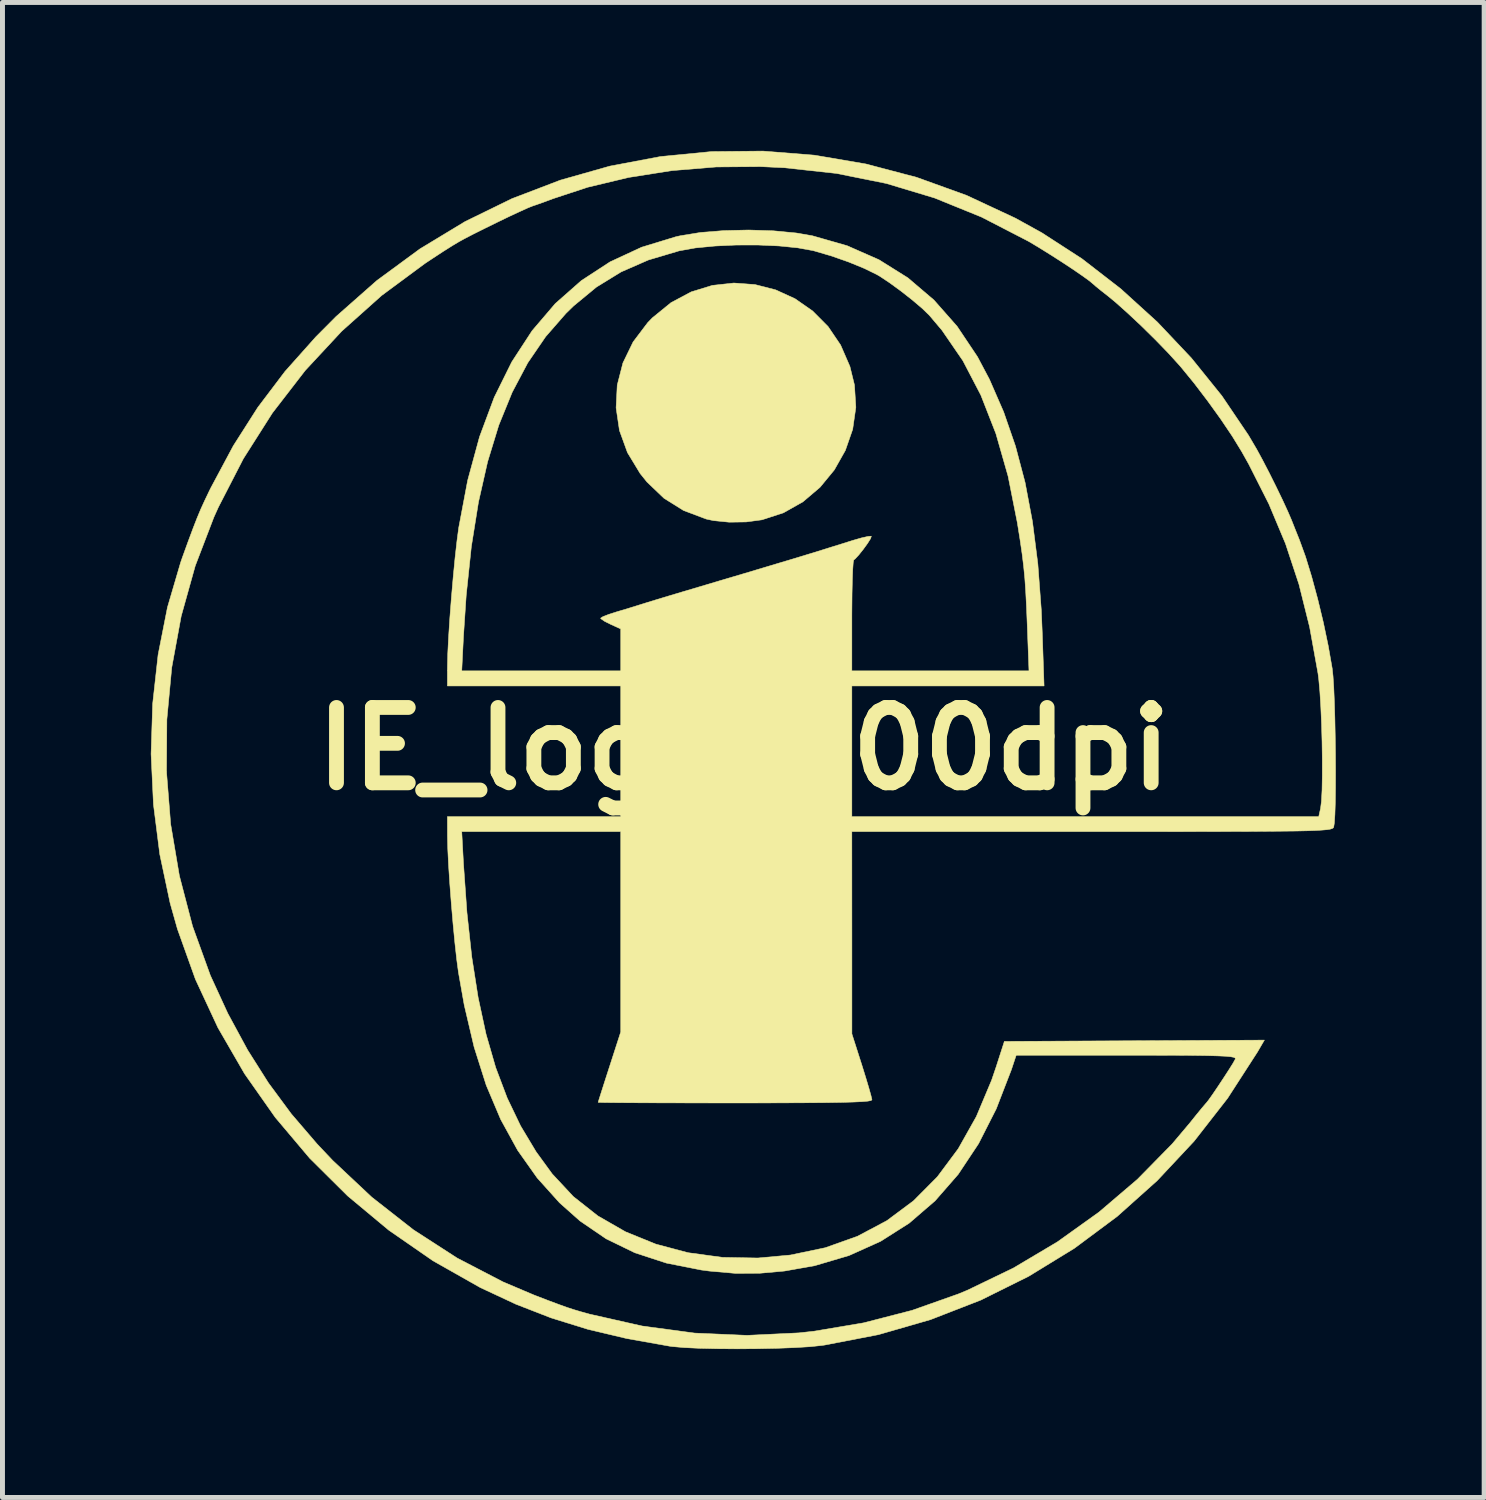
<source format=kicad_pcb>
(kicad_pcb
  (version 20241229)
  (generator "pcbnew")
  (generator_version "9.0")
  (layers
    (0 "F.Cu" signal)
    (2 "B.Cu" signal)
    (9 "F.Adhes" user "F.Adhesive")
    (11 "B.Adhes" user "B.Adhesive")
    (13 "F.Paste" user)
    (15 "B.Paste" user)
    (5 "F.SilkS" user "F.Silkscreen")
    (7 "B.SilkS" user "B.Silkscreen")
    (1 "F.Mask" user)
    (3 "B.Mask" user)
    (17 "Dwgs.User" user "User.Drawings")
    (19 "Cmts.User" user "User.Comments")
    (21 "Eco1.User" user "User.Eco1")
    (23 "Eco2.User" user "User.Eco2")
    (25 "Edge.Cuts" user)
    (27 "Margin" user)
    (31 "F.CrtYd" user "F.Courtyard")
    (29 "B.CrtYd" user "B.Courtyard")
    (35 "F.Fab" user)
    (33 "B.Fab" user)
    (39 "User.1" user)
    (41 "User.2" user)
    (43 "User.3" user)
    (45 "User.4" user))
  (footprint "IE_logo_500dpi"
    (layer "F.Cu")
    (at 11.991 12.09)
    (property "Reference" "IE_logo_500dpi" (at 0 0 0) (layer "F.SilkS") (effects (font (size 1.524 1.524) (thickness 0.3))))
    (attr through_hole)
    (fp_poly (pts (xy 0.226 -9.386) (xy 0.643 -9.279) (xy 1.035 -9.1) (xy 1.392 -8.851) (xy 1.703 -8.538) (xy 1.957 -8.163) (xy 2.145 -7.73) (xy 2.237 -7.355) (xy 2.265 -6.904) (xy 2.201 -6.459) (xy 2.053 -6.033) (xy 1.83 -5.638) (xy 1.541 -5.287) (xy 1.195 -4.993) (xy 0.8 -4.77) (xy 0.366 -4.629) (xy 0.366 -4.629) (xy 0.047 -4.586) (xy -0.295 -4.581) (xy -0.614 -4.613) (xy -0.762 -4.645) (xy -1.22 -4.818) (xy -1.615 -5.065) (xy -1.959 -5.394) (xy -2.097 -5.566) (xy -2.353 -5.988) (xy -2.515 -6.435) (xy -2.583 -6.894) (xy -2.56 -7.353) (xy -2.445 -7.801) (xy -2.239 -8.226) (xy -1.944 -8.616) (xy -1.85 -8.713) (xy -1.472 -9.021) (xy -1.064 -9.238) (xy -0.638 -9.369) (xy -0.204 -9.417) (xy 0.226 -9.386)) (stroke (width 0.01) (type solid)) (fill yes) (layer "F.SilkS"))
    (fp_poly (pts (xy 1.429 -12.002) (xy 2.466 -11.825) (xy 3.494 -11.554) (xy 4.505 -11.189) (xy 5.494 -10.727) (xy 6.026 -10.433) (xy 6.837 -9.908) (xy 7.621 -9.301) (xy 8.363 -8.627) (xy 9.05 -7.9) (xy 9.668 -7.133) (xy 10.203 -6.341) (xy 10.374 -6.05) (xy 10.488 -5.84) (xy 10.622 -5.582) (xy 10.761 -5.303) (xy 10.892 -5.032) (xy 11.001 -4.795) (xy 11.075 -4.623) (xy 11.145 -4.446) (xy 11.208 -4.289) (xy 11.237 -4.216) (xy 11.357 -3.886) (xy 11.481 -3.481) (xy 11.604 -3.027) (xy 11.719 -2.55) (xy 11.818 -2.076) (xy 11.896 -1.631) (xy 11.897 -1.626) (xy 11.914 -1.468) (xy 11.929 -1.237) (xy 11.941 -0.95) (xy 11.951 -0.621) (xy 11.958 -0.266) (xy 11.963 0.097) (xy 11.965 0.454) (xy 11.964 0.789) (xy 11.96 1.086) (xy 11.952 1.329) (xy 11.941 1.501) (xy 11.927 1.587) (xy 11.916 1.602) (xy 11.894 1.615) (xy 11.854 1.627) (xy 11.79 1.637) (xy 11.696 1.645) (xy 11.566 1.653) (xy 11.395 1.659) (xy 11.175 1.664) (xy 10.901 1.667) (xy 10.568 1.67) (xy 10.168 1.673) (xy 9.697 1.674) (xy 9.147 1.675) (xy 8.514 1.676) (xy 7.79 1.676) (xy 7.037 1.676) (xy 2.184 1.676) (xy 2.185 3.721) (xy 2.185 5.766) (xy 2.388 6.401) (xy 2.463 6.643) (xy 2.526 6.853) (xy 2.57 7.01) (xy 2.59 7.094) (xy 2.59 7.099) (xy 2.571 7.114) (xy 2.507 7.126) (xy 2.392 7.136) (xy 2.221 7.144) (xy 1.985 7.151) (xy 1.679 7.156) (xy 1.295 7.159) (xy 0.828 7.161) (xy 0.271 7.163) (xy -0.178 7.163) (xy -0.698 7.163) (xy -1.185 7.162) (xy -1.632 7.161) (xy -2.029 7.16) (xy -2.366 7.158) (xy -2.635 7.156) (xy -2.826 7.154) (xy -2.929 7.151) (xy -2.946 7.15) (xy -2.931 7.1) (xy -2.89 6.97) (xy -2.829 6.779) (xy -2.753 6.543) (xy -2.717 6.432) (xy -2.489 5.726) (xy -2.489 1.676) (xy -5.704 1.676) (xy -5.669 2.324) (xy -5.599 3.313) (xy -5.501 4.212) (xy -5.373 5.029) (xy -5.213 5.771) (xy -5.018 6.446) (xy -4.785 7.062) (xy -4.514 7.627) (xy -4.201 8.149) (xy -3.875 8.597) (xy -3.448 9.055) (xy -2.951 9.447) (xy -2.392 9.768) (xy -1.78 10.017) (xy -1.125 10.191) (xy -0.434 10.285) (xy 0.284 10.298) (xy 0.94 10.238) (xy 1.647 10.09) (xy 2.299 9.858) (xy 2.893 9.542) (xy 3.431 9.141) (xy 3.912 8.657) (xy 4.335 8.089) (xy 4.701 7.438) (xy 5.01 6.703) (xy 5.102 6.433) (xy 5.268 5.918) (xy 10.526 5.892) (xy 10.385 6.134) (xy 9.782 7.068) (xy 9.105 7.936) (xy 8.359 8.733) (xy 7.55 9.457) (xy 6.682 10.103) (xy 5.76 10.668) (xy 4.789 11.15) (xy 3.775 11.544) (xy 2.721 11.848) (xy 1.634 12.058) (xy 1.579 12.066) (xy 1.342 12.091) (xy 1.031 12.11) (xy 0.667 12.124) (xy 0.271 12.132) (xy -0.136 12.135) (xy -0.533 12.132) (xy -0.898 12.124) (xy -1.21 12.109) (xy -1.448 12.088) (xy -1.499 12.081) (xy -2.364 11.927) (xy -3.156 11.739) (xy -3.897 11.509) (xy -4.612 11.231) (xy -5.324 10.898) (xy -5.334 10.893) (xy -6.286 10.354) (xy -7.18 9.735) (xy -8.013 9.041) (xy -8.78 8.279) (xy -9.475 7.455) (xy -10.095 6.573) (xy -10.634 5.641) (xy -11.089 4.663) (xy -11.453 3.646) (xy -11.601 3.121) (xy -11.81 2.135) (xy -11.938 1.125) (xy -11.969 0.469) (xy -11.674 0.469) (xy -11.59 1.525) (xy -11.414 2.568) (xy -11.147 3.59) (xy -10.788 4.583) (xy -10.435 5.351) (xy -10.034 6.092) (xy -9.612 6.759) (xy -9.151 7.383) (xy -8.628 7.993) (xy -8.313 8.326) (xy -7.523 9.068) (xy -6.682 9.727) (xy -5.795 10.3) (xy -4.867 10.782) (xy -4.242 11.047) (xy -3.959 11.156) (xy -3.747 11.235) (xy -3.581 11.295) (xy -3.437 11.342) (xy -3.292 11.385) (xy -3.12 11.433) (xy -3.11 11.435) (xy -2.057 11.673) (xy -0.995 11.816) (xy 0.065 11.862) (xy 1.111 11.812) (xy 1.422 11.778) (xy 2.423 11.609) (xy 3.403 11.356) (xy 4.338 11.025) (xy 4.521 10.949) (xy 5.45 10.501) (xy 6.34 9.972) (xy 7.18 9.371) (xy 7.958 8.707) (xy 8.662 7.99) (xy 9.021 7.564) (xy 9.154 7.398) (xy 9.264 7.264) (xy 9.335 7.18) (xy 9.351 7.163) (xy 9.397 7.105) (xy 9.482 6.985) (xy 9.589 6.827) (xy 9.704 6.653) (xy 9.811 6.488) (xy 9.894 6.355) (xy 9.937 6.277) (xy 9.938 6.274) (xy 9.936 6.255) (xy 9.908 6.24) (xy 9.845 6.228) (xy 9.739 6.218) (xy 9.582 6.211) (xy 9.366 6.205) (xy 9.081 6.201) (xy 8.72 6.199) (xy 8.275 6.198) (xy 7.738 6.198) (xy 5.507 6.198) (xy 5.41 6.49) (xy 5.104 7.282) (xy 4.746 7.987) (xy 4.334 8.607) (xy 3.867 9.142) (xy 3.344 9.593) (xy 2.765 9.961) (xy 2.127 10.248) (xy 1.43 10.454) (xy 0.817 10.562) (xy 0.314 10.607) (xy -0.175 10.608) (xy -0.697 10.562) (xy -0.857 10.541) (xy -1.565 10.401) (xy -2.204 10.192) (xy -2.784 9.91) (xy -3.313 9.549) (xy -3.726 9.182) (xy -4.178 8.679) (xy -4.575 8.118) (xy -4.917 7.495) (xy -5.21 6.802) (xy -5.454 6.033) (xy -5.654 5.182) (xy -5.771 4.521) (xy -5.806 4.26) (xy -5.843 3.925) (xy -5.88 3.541) (xy -5.915 3.133) (xy -5.946 2.727) (xy -5.971 2.347) (xy -5.987 2.017) (xy -5.993 1.765) (xy -5.994 1.372) (xy -2.489 1.372) (xy -2.489 -1.27) (xy -5.994 -1.27) (xy -5.994 -1.575) (xy -5.704 -1.575) (xy -2.489 -1.575) (xy -2.489 -2.423) (xy -2.692 -2.515) (xy -2.816 -2.577) (xy -2.888 -2.627) (xy -2.896 -2.64) (xy -2.851 -2.67) (xy -2.734 -2.716) (xy -2.578 -2.766) (xy -2.372 -2.827) (xy -2.172 -2.889) (xy -2.057 -2.925) (xy -1.958 -2.956) (xy -1.775 -3.012) (xy -1.523 -3.088) (xy -1.216 -3.18) (xy -0.868 -3.283) (xy -0.493 -3.395) (xy -0.381 -3.428) (xy 0.01 -3.544) (xy 0.388 -3.657) (xy 0.738 -3.762) (xy 1.043 -3.853) (xy 1.285 -3.927) (xy 1.451 -3.977) (xy 1.473 -3.984) (xy 1.721 -4.062) (xy 1.992 -4.146) (xy 2.204 -4.213) (xy 2.378 -4.263) (xy 2.511 -4.293) (xy 2.576 -4.298) (xy 2.578 -4.297) (xy 2.563 -4.249) (xy 2.501 -4.151) (xy 2.415 -4.032) (xy 2.324 -3.918) (xy 2.25 -3.838) (xy 2.223 -3.818) (xy 2.212 -3.765) (xy 2.202 -3.625) (xy 2.194 -3.413) (xy 2.188 -3.143) (xy 2.185 -2.832) (xy 2.184 -2.688) (xy 2.184 -1.575) (xy 5.766 -1.575) (xy 5.732 -2.476) (xy 5.716 -2.863) (xy 5.7 -3.176) (xy 5.682 -3.441) (xy 5.658 -3.687) (xy 5.627 -3.94) (xy 5.585 -4.228) (xy 5.53 -4.572) (xy 5.343 -5.513) (xy 5.097 -6.372) (xy 4.793 -7.149) (xy 4.43 -7.845) (xy 4.007 -8.461) (xy 3.752 -8.763) (xy 3.609 -8.902) (xy 3.409 -9.072) (xy 3.18 -9.252) (xy 2.95 -9.42) (xy 2.749 -9.554) (xy 2.69 -9.588) (xy 2.437 -9.712) (xy 2.12 -9.842) (xy 1.775 -9.963) (xy 1.438 -10.062) (xy 1.397 -10.073) (xy 1.088 -10.129) (xy 0.707 -10.167) (xy 0.282 -10.186) (xy -0.159 -10.185) (xy -0.589 -10.165) (xy -0.979 -10.127) (xy -1.301 -10.069) (xy -1.307 -10.068) (xy -1.93 -9.883) (xy -2.481 -9.642) (xy -2.979 -9.336) (xy -3.442 -8.954) (xy -3.598 -8.802) (xy -4.007 -8.333) (xy -4.369 -7.804) (xy -4.684 -7.208) (xy -4.955 -6.543) (xy -5.181 -5.804) (xy -5.366 -4.987) (xy -5.51 -4.087) (xy -5.614 -3.1) (xy -5.669 -2.273) (xy -5.704 -1.575) (xy -5.994 -1.575) (xy -5.993 -1.664) (xy -5.987 -1.922) (xy -5.97 -2.257) (xy -5.945 -2.644) (xy -5.913 -3.057) (xy -5.877 -3.472) (xy -5.839 -3.864) (xy -5.8 -4.209) (xy -5.766 -4.465) (xy -5.584 -5.428) (xy -5.344 -6.309) (xy -5.047 -7.106) (xy -4.693 -7.821) (xy -4.281 -8.453) (xy -3.813 -9.001) (xy -3.287 -9.465) (xy -2.705 -9.845) (xy -2.067 -10.141) (xy -1.373 -10.353) (xy -1.288 -10.372) (xy -0.879 -10.439) (xy -0.406 -10.477) (xy 0.097 -10.489) (xy 0.597 -10.473) (xy 1.059 -10.429) (xy 1.384 -10.373) (xy 2.087 -10.172) (xy 2.732 -9.888) (xy 3.317 -9.522) (xy 3.844 -9.073) (xy 4.313 -8.541) (xy 4.725 -7.925) (xy 4.967 -7.468) (xy 5.254 -6.809) (xy 5.493 -6.118) (xy 5.687 -5.384) (xy 5.836 -4.594) (xy 5.945 -3.738) (xy 6.015 -2.803) (xy 6.035 -2.324) (xy 6.071 -1.27) (xy 2.184 -1.27) (xy 2.184 1.372) (xy 11.625 1.372) (xy 11.662 1.206) (xy 11.68 1.062) (xy 11.692 0.836) (xy 11.697 0.547) (xy 11.697 0.216) (xy 11.692 -0.14) (xy 11.682 -0.499) (xy 11.667 -0.843) (xy 11.648 -1.153) (xy 11.625 -1.408) (xy 11.61 -1.524) (xy 11.441 -2.459) (xy 11.225 -3.325) (xy 10.953 -4.147) (xy 10.617 -4.948) (xy 10.209 -5.755) (xy 10.066 -6.01) (xy 9.878 -6.317) (xy 9.641 -6.669) (xy 9.375 -7.038) (xy 9.102 -7.396) (xy 8.841 -7.715) (xy 8.801 -7.761) (xy 8.583 -8.001) (xy 8.323 -8.269) (xy 8.044 -8.544) (xy 7.769 -8.802) (xy 7.522 -9.023) (xy 7.366 -9.152) (xy 7.223 -9.264) (xy 7.114 -9.353) (xy 7.062 -9.399) (xy 7.061 -9.399) (xy 6.989 -9.46) (xy 6.849 -9.561) (xy 6.66 -9.691) (xy 6.439 -9.837) (xy 6.206 -9.986) (xy 5.98 -10.127) (xy 5.778 -10.248) (xy 5.74 -10.269) (xy 4.806 -10.751) (xy 3.856 -11.137) (xy 2.882 -11.43) (xy 1.874 -11.633) (xy 0.822 -11.748) (xy 0.339 -11.771) (xy -0.559 -11.764) (xy -1.456 -11.69) (xy -2.33 -11.552) (xy -3.161 -11.353) (xy -3.861 -11.122) (xy -4.038 -11.056) (xy -4.195 -11) (xy -4.267 -10.976) (xy -4.366 -10.937) (xy -4.533 -10.861) (xy -4.748 -10.761) (xy -4.99 -10.644) (xy -5.236 -10.523) (xy -5.467 -10.408) (xy -5.659 -10.308) (xy -5.766 -10.249) (xy -5.893 -10.173) (xy -6.077 -10.057) (xy -6.289 -9.918) (xy -6.446 -9.814) (xy -7.322 -9.166) (xy -8.131 -8.443) (xy -8.869 -7.649) (xy -9.533 -6.789) (xy -10.12 -5.865) (xy -10.626 -4.882) (xy -10.716 -4.682) (xy -11.093 -3.698) (xy -11.377 -2.682) (xy -11.568 -1.643) (xy -11.667 -0.59) (xy -11.674 0.469) (xy -11.969 0.469) (xy -11.986 0.106) (xy -11.954 -0.908) (xy -11.844 -1.901) (xy -11.655 -2.859) (xy -11.388 -3.768) (xy -11.356 -3.861) (xy -11.235 -4.195) (xy -11.138 -4.455) (xy -11.057 -4.663) (xy -10.982 -4.843) (xy -10.903 -5.016) (xy -10.813 -5.204) (xy -10.777 -5.277) (xy -10.323 -6.126) (xy -9.829 -6.901) (xy -9.279 -7.628) (xy -8.655 -8.328) (xy -8.245 -8.74) (xy -7.421 -9.467) (xy -6.55 -10.107) (xy -5.638 -10.659) (xy -4.689 -11.123) (xy -3.711 -11.497) (xy -2.709 -11.781) (xy -1.687 -11.974) (xy -0.654 -12.075) (xy 0.387 -12.085) (xy 1.429 -12.002)) (stroke (width 0.01) (type solid)) (fill yes) (layer "F.SilkS")))
  (gr_rect
    (start -3 -3)
    (end 26.961 27.23)
    (stroke (width 0.1) (type default))
    (fill no)
    (layer "Edge.Cuts")))
</source>
